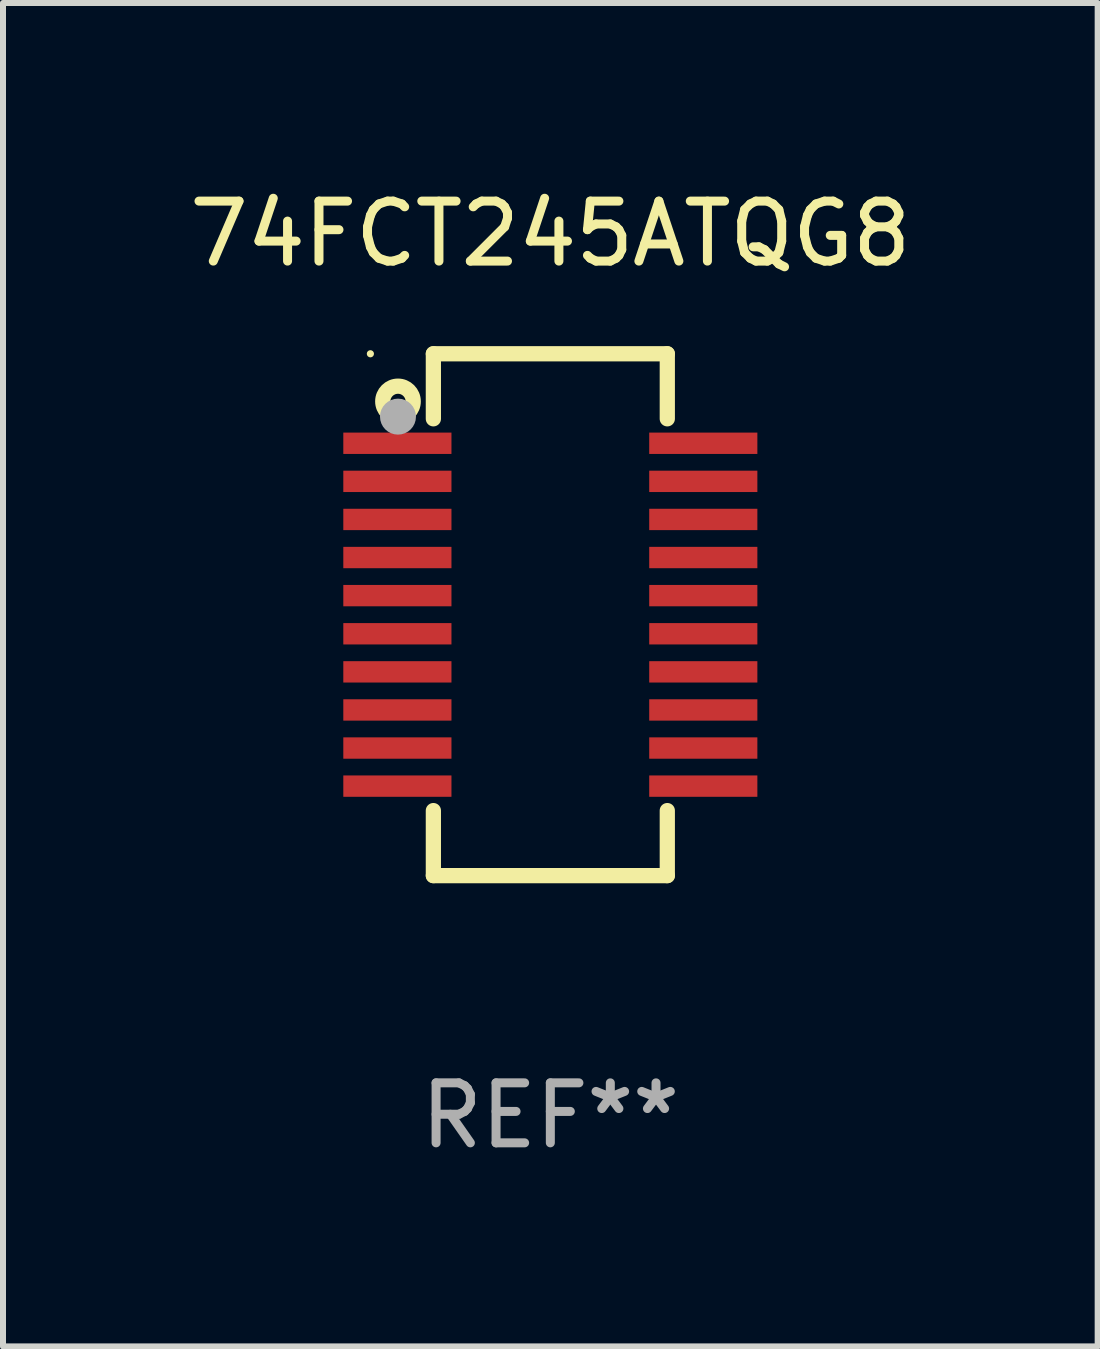
<source format=kicad_pcb>
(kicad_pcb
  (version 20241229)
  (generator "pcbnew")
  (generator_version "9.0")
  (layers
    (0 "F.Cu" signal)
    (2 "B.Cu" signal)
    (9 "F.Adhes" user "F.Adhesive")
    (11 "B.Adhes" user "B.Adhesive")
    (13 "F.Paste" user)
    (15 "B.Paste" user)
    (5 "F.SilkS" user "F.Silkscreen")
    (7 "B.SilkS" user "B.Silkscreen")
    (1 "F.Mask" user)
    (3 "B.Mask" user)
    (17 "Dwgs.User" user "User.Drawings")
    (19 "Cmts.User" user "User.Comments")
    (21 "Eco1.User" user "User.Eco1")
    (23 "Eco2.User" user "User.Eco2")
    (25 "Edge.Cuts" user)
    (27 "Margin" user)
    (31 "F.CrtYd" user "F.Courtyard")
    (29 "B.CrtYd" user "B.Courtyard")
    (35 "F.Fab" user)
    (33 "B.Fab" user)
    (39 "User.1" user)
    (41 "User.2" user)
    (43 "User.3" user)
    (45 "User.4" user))
  (footprint "74FCT245ATQG8"
    (layer "F.Cu")
    (at 6.125 7.198)
    (property "Reference" "74FCT245ATQG8" (at 0 -6.35 0) (layer "F.SilkS") (effects (font (size 1 1) (thickness 0.15))))
    (attr through_hole)
    (fp_line (start -1.95 -4.35) (end -1.95 -3.266) (stroke (width 0.254) (type solid)) (layer "F.SilkS"))
    (fp_line (start -1.95 -4.35) (end 1.95 -4.35) (stroke (width 0.254) (type solid)) (layer "F.SilkS"))
    (fp_line (start -1.95 3.266) (end -1.95 4.35) (stroke (width 0.254) (type solid)) (layer "F.SilkS"))
    (fp_line (start -1.95 4.35) (end 1.95 4.35) (stroke (width 0.254) (type solid)) (layer "F.SilkS"))
    (fp_line (start 1.95 -4.35) (end 1.95 -3.266) (stroke (width 0.254) (type solid)) (layer "F.SilkS"))
    (fp_line (start 1.95 3.266) (end 1.95 4.35) (stroke (width 0.254) (type solid)) (layer "F.SilkS"))
    (fp_circle (center -3 -4.35) (end -2.97 -4.35) (stroke (width 0.06) (type solid)) (fill no) (layer "F.SilkS"))
    (fp_circle (center -2.54 -3.556) (end -2.286 -3.556) (stroke (width 0.254) (type solid)) (fill no) (layer "F.SilkS"))
    (fp_circle (center -2.54 -3.302) (end -2.39 -3.302) (stroke (width 0.3) (type solid)) (fill no) (layer "F.Fab"))
    (fp_text user "REF**" (at 0 8.35 0) (layer "F.Fab") (effects (font (size 1 1) (thickness 0.15))))
    (pad "1" smd rect (at -2.55 -2.858) (size 1.803 0.356) (layers "F.Cu" "F.Mask" "F.Paste"))
    (pad "2" smd rect (at -2.55 -2.223) (size 1.803 0.356) (layers "F.Cu" "F.Mask" "F.Paste"))
    (pad "3" smd rect (at -2.55 -1.588) (size 1.803 0.356) (layers "F.Cu" "F.Mask" "F.Paste"))
    (pad "4" smd rect (at -2.55 -0.953) (size 1.803 0.356) (layers "F.Cu" "F.Mask" "F.Paste"))
    (pad "5" smd rect (at -2.55 -0.318) (size 1.803 0.356) (layers "F.Cu" "F.Mask" "F.Paste"))
    (pad "6" smd rect (at -2.55 0.318) (size 1.803 0.356) (layers "F.Cu" "F.Mask" "F.Paste"))
    (pad "7" smd rect (at -2.55 0.953) (size 1.803 0.356) (layers "F.Cu" "F.Mask" "F.Paste"))
    (pad "8" smd rect (at -2.55 1.588) (size 1.803 0.356) (layers "F.Cu" "F.Mask" "F.Paste"))
    (pad "9" smd rect (at -2.55 2.223) (size 1.803 0.356) (layers "F.Cu" "F.Mask" "F.Paste"))
    (pad "10" smd rect (at -2.55 2.858) (size 1.803 0.356) (layers "F.Cu" "F.Mask" "F.Paste"))
    (pad "11" smd rect (at 2.55 2.858) (size 1.803 0.356) (layers "F.Cu" "F.Mask" "F.Paste"))
    (pad "12" smd rect (at 2.55 2.223) (size 1.803 0.356) (layers "F.Cu" "F.Mask" "F.Paste"))
    (pad "13" smd rect (at 2.55 1.588) (size 1.803 0.356) (layers "F.Cu" "F.Mask" "F.Paste"))
    (pad "14" smd rect (at 2.55 0.953) (size 1.803 0.356) (layers "F.Cu" "F.Mask" "F.Paste"))
    (pad "15" smd rect (at 2.55 0.318) (size 1.803 0.356) (layers "F.Cu" "F.Mask" "F.Paste"))
    (pad "16" smd rect (at 2.55 -0.318) (size 1.803 0.356) (layers "F.Cu" "F.Mask" "F.Paste"))
    (pad "17" smd rect (at 2.55 -0.953) (size 1.803 0.356) (layers "F.Cu" "F.Mask" "F.Paste"))
    (pad "18" smd rect (at 2.55 -1.588) (size 1.803 0.356) (layers "F.Cu" "F.Mask" "F.Paste"))
    (pad "19" smd rect (at 2.55 -2.223) (size 1.803 0.356) (layers "F.Cu" "F.Mask" "F.Paste"))
    (pad "20" smd rect (at 2.55 -2.858) (size 1.803 0.356) (layers "F.Cu" "F.Mask" "F.Paste")))
  (gr_rect
    (start -3 -3)
    (end 15.25 19.397)
    (stroke (width 0.1) (type default))
    (fill no)
    (layer "Edge.Cuts")))
</source>
